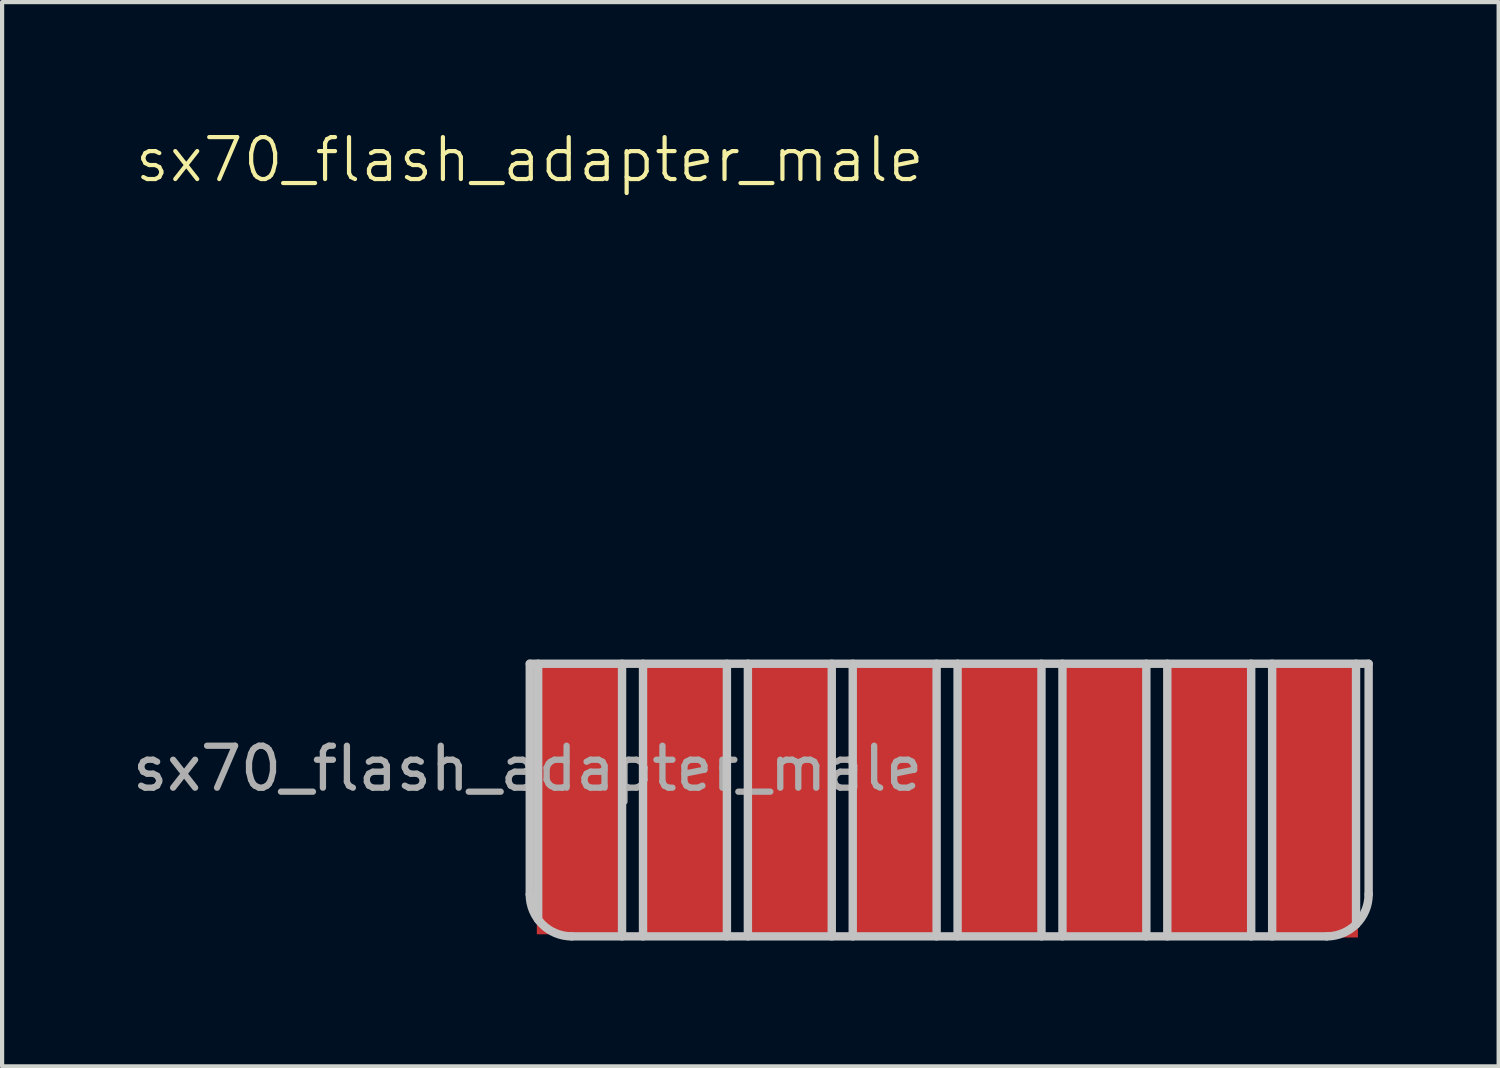
<source format=kicad_pcb>
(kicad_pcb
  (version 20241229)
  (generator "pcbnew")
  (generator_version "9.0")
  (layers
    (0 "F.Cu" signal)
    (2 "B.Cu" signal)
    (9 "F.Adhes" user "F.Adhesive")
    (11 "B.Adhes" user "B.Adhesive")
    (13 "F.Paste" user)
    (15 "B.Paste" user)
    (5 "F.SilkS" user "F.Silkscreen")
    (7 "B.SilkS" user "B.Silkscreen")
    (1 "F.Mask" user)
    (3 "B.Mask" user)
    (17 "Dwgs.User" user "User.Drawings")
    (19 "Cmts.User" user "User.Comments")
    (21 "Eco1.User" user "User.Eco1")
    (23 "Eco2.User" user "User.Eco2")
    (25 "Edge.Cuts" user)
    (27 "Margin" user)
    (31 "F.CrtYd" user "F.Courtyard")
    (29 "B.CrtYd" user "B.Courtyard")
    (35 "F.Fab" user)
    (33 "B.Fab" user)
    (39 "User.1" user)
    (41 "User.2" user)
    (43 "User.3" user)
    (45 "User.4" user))
  (footprint "sx70_flash_adapter_male"
    (layer "F.Cu")
    (at 9.53 12.775)
    (property "Reference" "sx70_flash_adapter_male" (at 0.051 -12.014 0) (unlocked yes) (layer "F.SilkS") (effects (font (size 1 1) (thickness 0.1))))
    (attr smd)
    (fp_line (start 0.051 0) (end 0.051 5.5) (stroke (width 0.2) (type solid)) (layer "Dwgs.User"))
    (fp_line (start 0.251 6.1) (end 0.251 0) (stroke (width 0.2) (type solid)) (layer "Dwgs.User"))
    (fp_line (start 1.051 6.5) (end 19.051 6.5) (stroke (width 0.2) (type solid)) (layer "Dwgs.User"))
    (fp_line (start 2.251 6.5) (end 2.251 0) (stroke (width 0.2) (type solid)) (layer "Dwgs.User"))
    (fp_line (start 2.751 6.5) (end 2.751 0) (stroke (width 0.2) (type solid)) (layer "Dwgs.User"))
    (fp_line (start 4.751 6.5) (end 4.751 0) (stroke (width 0.2) (type solid)) (layer "Dwgs.User"))
    (fp_line (start 5.251 6.5) (end 5.251 0) (stroke (width 0.2) (type solid)) (layer "Dwgs.User"))
    (fp_line (start 7.251 6.5) (end 7.251 0) (stroke (width 0.2) (type solid)) (layer "Dwgs.User"))
    (fp_line (start 7.751 6.5) (end 7.751 0) (stroke (width 0.2) (type solid)) (layer "Dwgs.User"))
    (fp_line (start 9.751 6.5) (end 9.751 0) (stroke (width 0.2) (type solid)) (layer "Dwgs.User"))
    (fp_line (start 10.251 6.5) (end 10.251 0) (stroke (width 0.2) (type solid)) (layer "Dwgs.User"))
    (fp_line (start 12.251 6.5) (end 12.251 0) (stroke (width 0.2) (type solid)) (layer "Dwgs.User"))
    (fp_line (start 12.751 6.5) (end 12.751 0) (stroke (width 0.2) (type solid)) (layer "Dwgs.User"))
    (fp_line (start 14.751 6.5) (end 14.751 0) (stroke (width 0.2) (type solid)) (layer "Dwgs.User"))
    (fp_line (start 15.251 6.5) (end 15.251 0) (stroke (width 0.2) (type solid)) (layer "Dwgs.User"))
    (fp_line (start 17.251 6.5) (end 17.251 0) (stroke (width 0.2) (type solid)) (layer "Dwgs.User"))
    (fp_line (start 17.751 6.5) (end 17.751 0) (stroke (width 0.2) (type solid)) (layer "Dwgs.User"))
    (fp_line (start 19.751 6.214) (end 19.751 0) (stroke (width 0.2) (type solid)) (layer "Dwgs.User"))
    (fp_line (start 20.051 0) (end 0.051 0) (stroke (width 0.2) (type solid)) (layer "Dwgs.User"))
    (fp_line (start 20.051 5.5) (end 20.051 0) (stroke (width 0.2) (type solid)) (layer "Dwgs.User"))
    (fp_arc (start 1.0508 6.5) (mid 0.343693 6.207107) (end 0.0508 5.5) (stroke (width 0.2) (type solid)) (layer "Dwgs.User"))
    (fp_arc (start 20.0508 5.5) (mid 19.757907 6.207107) (end 19.0508 6.5) (stroke (width 0.2) (type solid)) (layer "Dwgs.User"))
    (fp_text user "${REFERENCE}" (at 0 2.5 0) (unlocked yes) (layer "F.Fab") (effects (font (size 1 1) (thickness 0.15))))
    (pad "1" smd rect (at 1.219 3.2) (size 2 6.5) (layers "F.Cu" "F.Mask" "F.Paste"))
    (pad "2" smd rect (at 3.759 3.2) (size 2 6.5) (layers "F.Cu" "F.Mask" "F.Paste"))
    (pad "3" smd rect (at 6.248 3.2) (size 2 6.5) (layers "F.Cu" "F.Mask" "F.Paste"))
    (pad "4" smd rect (at 8.788 3.226) (size 2 6.5) (layers "F.Cu" "F.Mask" "F.Paste"))
    (pad "5" smd rect (at 11.278 3.226) (size 2 6.5) (layers "F.Cu" "F.Mask" "F.Paste"))
    (pad "6" smd rect (at 13.767 3.251) (size 2 6.5) (layers "F.Cu" "F.Mask" "F.Paste"))
    (pad "7" smd rect (at 16.281 3.277) (size 2 6.5) (layers "F.Cu" "F.Mask" "F.Paste"))
    (pad "8" smd rect (at 18.796 3.277) (size 2 6.5) (layers "F.Cu" "F.Mask" "F.Paste")))
  (gr_rect
    (start -3 -3)
    (end 32.681 22.375)
    (stroke (width 0.1) (type default))
    (fill no)
    (layer "Edge.Cuts")))
</source>
